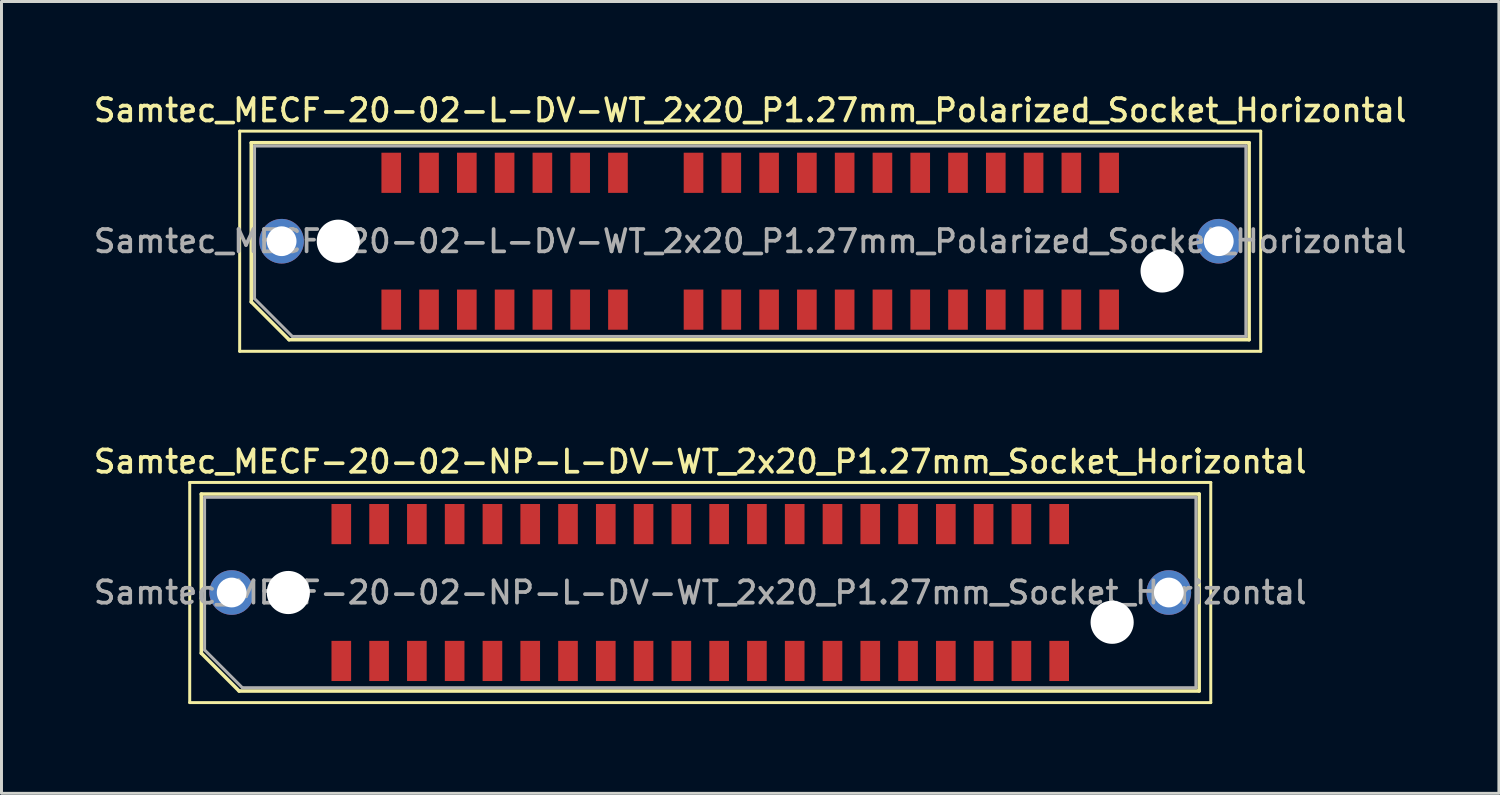
<source format=kicad_pcb>
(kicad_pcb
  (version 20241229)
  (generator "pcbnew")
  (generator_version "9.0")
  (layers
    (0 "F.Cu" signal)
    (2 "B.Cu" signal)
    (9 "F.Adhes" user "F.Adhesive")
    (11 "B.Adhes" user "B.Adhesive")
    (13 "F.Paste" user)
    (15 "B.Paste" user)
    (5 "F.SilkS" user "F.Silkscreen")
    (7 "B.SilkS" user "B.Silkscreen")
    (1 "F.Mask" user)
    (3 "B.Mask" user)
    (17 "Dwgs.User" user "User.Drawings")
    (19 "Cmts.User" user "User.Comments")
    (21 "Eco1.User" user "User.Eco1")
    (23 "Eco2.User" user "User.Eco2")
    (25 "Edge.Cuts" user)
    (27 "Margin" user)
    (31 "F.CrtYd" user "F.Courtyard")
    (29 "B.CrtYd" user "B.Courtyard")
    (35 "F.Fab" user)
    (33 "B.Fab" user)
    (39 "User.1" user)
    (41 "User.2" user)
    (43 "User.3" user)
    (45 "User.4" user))
  (footprint "Samtec_MECF-20-02-NP-L-DV-WT_2x20_P1.27mm_Socket_Horizontal"
    (layer "F.Cu")
    (at 20.487 16.866)
    (property "Reference" "Samtec_MECF-20-02-NP-L-DV-WT_2x20_P1.27mm_Socket_Horizontal" (at 0 -4.4 0) (layer "F.SilkS") (effects (font (size 0.75 0.75) (thickness 0.125))))
    (attr smd)
    (fp_line (start -17.16 -3.7) (end -17.16 3.7) (stroke (width 0.1) (type solid)) (layer "F.SilkS"))
    (fp_line (start -17.16 3.7) (end 17.16 3.7) (stroke (width 0.1) (type solid)) (layer "F.SilkS"))
    (fp_line (start -16.77 -3.31) (end 16.77 -3.31) (stroke (width 0.12) (type solid)) (layer "F.SilkS"))
    (fp_line (start -16.77 2.04) (end -16.77 -3.31) (stroke (width 0.12) (type solid)) (layer "F.SilkS"))
    (fp_line (start -15.5 3.31) (end -16.77 2.04) (stroke (width 0.12) (type solid)) (layer "F.SilkS"))
    (fp_line (start -15.5 3.31) (end 16.77 3.31) (stroke (width 0.12) (type solid)) (layer "F.SilkS"))
    (fp_line (start 16.77 3.31) (end 16.77 -3.31) (stroke (width 0.12) (type solid)) (layer "F.SilkS"))
    (fp_line (start 17.16 -3.7) (end -17.16 -3.7) (stroke (width 0.1) (type solid)) (layer "F.SilkS"))
    (fp_line (start 17.16 3.7) (end 17.16 -3.7) (stroke (width 0.1) (type solid)) (layer "F.SilkS"))
    (fp_line (start -16.66 -3.2) (end 16.66 -3.2) (stroke (width 0.1) (type solid)) (layer "F.Fab"))
    (fp_line (start -16.66 1.93) (end -16.66 -3.2) (stroke (width 0.1) (type solid)) (layer "F.Fab"))
    (fp_line (start -16.66 1.93) (end -15.39 3.2) (stroke (width 0.1) (type solid)) (layer "F.Fab"))
    (fp_line (start -15.39 3.2) (end 16.66 3.2) (stroke (width 0.1) (type solid)) (layer "F.Fab"))
    (fp_line (start 16.66 3.2) (end 16.66 -3.2) (stroke (width 0.1) (type solid)) (layer "F.Fab"))
    (fp_text user "${REFERENCE}" (at 0 0 0) (layer "F.Fab") (effects (font (size 0.75 0.75) (thickness 0.125))))
    (pad "" thru_hole circle (at -15.75 0) (size 1.5 1.5) (drill 1) (layers "*.Cu" "*.Mask"))
    (pad "" np_thru_hole circle (at -13.845 0) (size 1.45 1.45) (drill 1.45) (layers "*.Cu" "*.Mask"))
    (pad "" np_thru_hole circle (at 13.845 1) (size 1.45 1.45) (drill 1.45) (layers "*.Cu" "*.Mask"))
    (pad "" thru_hole circle (at 15.75 0) (size 1.5 1.5) (drill 1) (layers "*.Cu" "*.Mask"))
    (pad "1" smd rect (at -12.065 2.3) (size 0.66 1.35) (layers "F.Cu" "F.Mask" "F.Paste"))
    (pad "2" smd rect (at -12.065 -2.3) (size 0.66 1.35) (layers "F.Cu" "F.Mask" "F.Paste"))
    (pad "3" smd rect (at -10.795 2.3) (size 0.66 1.35) (layers "F.Cu" "F.Mask" "F.Paste"))
    (pad "4" smd rect (at -10.795 -2.3) (size 0.66 1.35) (layers "F.Cu" "F.Mask" "F.Paste"))
    (pad "5" smd rect (at -9.525 2.3) (size 0.66 1.35) (layers "F.Cu" "F.Mask" "F.Paste"))
    (pad "6" smd rect (at -9.525 -2.3) (size 0.66 1.35) (layers "F.Cu" "F.Mask" "F.Paste"))
    (pad "7" smd rect (at -8.255 2.3) (size 0.66 1.35) (layers "F.Cu" "F.Mask" "F.Paste"))
    (pad "8" smd rect (at -8.255 -2.3) (size 0.66 1.35) (layers "F.Cu" "F.Mask" "F.Paste"))
    (pad "9" smd rect (at -6.985 2.3) (size 0.66 1.35) (layers "F.Cu" "F.Mask" "F.Paste"))
    (pad "10" smd rect (at -6.985 -2.3) (size 0.66 1.35) (layers "F.Cu" "F.Mask" "F.Paste"))
    (pad "11" smd rect (at -5.715 2.3) (size 0.66 1.35) (layers "F.Cu" "F.Mask" "F.Paste"))
    (pad "12" smd rect (at -5.715 -2.3) (size 0.66 1.35) (layers "F.Cu" "F.Mask" "F.Paste"))
    (pad "13" smd rect (at -4.445 2.3) (size 0.66 1.35) (layers "F.Cu" "F.Mask" "F.Paste"))
    (pad "14" smd rect (at -4.445 -2.3) (size 0.66 1.35) (layers "F.Cu" "F.Mask" "F.Paste"))
    (pad "15" smd rect (at -3.175 2.3) (size 0.66 1.35) (layers "F.Cu" "F.Mask" "F.Paste"))
    (pad "16" smd rect (at -3.175 -2.3) (size 0.66 1.35) (layers "F.Cu" "F.Mask" "F.Paste"))
    (pad "17" smd rect (at -1.905 2.3) (size 0.66 1.35) (layers "F.Cu" "F.Mask" "F.Paste"))
    (pad "18" smd rect (at -1.905 -2.3) (size 0.66 1.35) (layers "F.Cu" "F.Mask" "F.Paste"))
    (pad "19" smd rect (at -0.635 2.3) (size 0.66 1.35) (layers "F.Cu" "F.Mask" "F.Paste"))
    (pad "20" smd rect (at -0.635 -2.3) (size 0.66 1.35) (layers "F.Cu" "F.Mask" "F.Paste"))
    (pad "21" smd rect (at 0.635 2.3) (size 0.66 1.35) (layers "F.Cu" "F.Mask" "F.Paste"))
    (pad "22" smd rect (at 0.635 -2.3) (size 0.66 1.35) (layers "F.Cu" "F.Mask" "F.Paste"))
    (pad "23" smd rect (at 1.905 2.3) (size 0.66 1.35) (layers "F.Cu" "F.Mask" "F.Paste"))
    (pad "24" smd rect (at 1.905 -2.3) (size 0.66 1.35) (layers "F.Cu" "F.Mask" "F.Paste"))
    (pad "25" smd rect (at 3.175 2.3) (size 0.66 1.35) (layers "F.Cu" "F.Mask" "F.Paste"))
    (pad "26" smd rect (at 3.175 -2.3) (size 0.66 1.35) (layers "F.Cu" "F.Mask" "F.Paste"))
    (pad "27" smd rect (at 4.445 2.3) (size 0.66 1.35) (layers "F.Cu" "F.Mask" "F.Paste"))
    (pad "28" smd rect (at 4.445 -2.3) (size 0.66 1.35) (layers "F.Cu" "F.Mask" "F.Paste"))
    (pad "29" smd rect (at 5.715 2.3) (size 0.66 1.35) (layers "F.Cu" "F.Mask" "F.Paste"))
    (pad "30" smd rect (at 5.715 -2.3) (size 0.66 1.35) (layers "F.Cu" "F.Mask" "F.Paste"))
    (pad "31" smd rect (at 6.985 2.3) (size 0.66 1.35) (layers "F.Cu" "F.Mask" "F.Paste"))
    (pad "32" smd rect (at 6.985 -2.3) (size 0.66 1.35) (layers "F.Cu" "F.Mask" "F.Paste"))
    (pad "33" smd rect (at 8.255 2.3) (size 0.66 1.35) (layers "F.Cu" "F.Mask" "F.Paste"))
    (pad "34" smd rect (at 8.255 -2.3) (size 0.66 1.35) (layers "F.Cu" "F.Mask" "F.Paste"))
    (pad "35" smd rect (at 9.525 2.3) (size 0.66 1.35) (layers "F.Cu" "F.Mask" "F.Paste"))
    (pad "36" smd rect (at 9.525 -2.3) (size 0.66 1.35) (layers "F.Cu" "F.Mask" "F.Paste"))
    (pad "37" smd rect (at 10.795 2.3) (size 0.66 1.35) (layers "F.Cu" "F.Mask" "F.Paste"))
    (pad "38" smd rect (at 10.795 -2.3) (size 0.66 1.35) (layers "F.Cu" "F.Mask" "F.Paste"))
    (pad "39" smd rect (at 12.065 2.3) (size 0.66 1.35) (layers "F.Cu" "F.Mask" "F.Paste"))
    (pad "40" smd rect (at 12.065 -2.3) (size 0.66 1.35) (layers "F.Cu" "F.Mask" "F.Paste")))
  (footprint "Samtec_MECF-20-02-L-DV-WT_2x20_P1.27mm_Polarized_Socket_Horizontal"
    (layer "F.Cu")
    (at 22.166 5.058)
    (property "Reference" "Samtec_MECF-20-02-L-DV-WT_2x20_P1.27mm_Polarized_Socket_Horizontal" (at 0 -4.4 0) (layer "F.SilkS") (effects (font (size 0.75 0.75) (thickness 0.125))))
    (attr smd)
    (fp_line (start -17.16 -3.7) (end -17.16 3.7) (stroke (width 0.1) (type solid)) (layer "F.SilkS"))
    (fp_line (start -17.16 3.7) (end 17.16 3.7) (stroke (width 0.1) (type solid)) (layer "F.SilkS"))
    (fp_line (start -16.77 -3.31) (end 16.77 -3.31) (stroke (width 0.12) (type solid)) (layer "F.SilkS"))
    (fp_line (start -16.77 2.04) (end -16.77 -3.31) (stroke (width 0.12) (type solid)) (layer "F.SilkS"))
    (fp_line (start -15.5 3.31) (end -16.77 2.04) (stroke (width 0.12) (type solid)) (layer "F.SilkS"))
    (fp_line (start -15.5 3.31) (end 16.77 3.31) (stroke (width 0.12) (type solid)) (layer "F.SilkS"))
    (fp_line (start 16.77 3.31) (end 16.77 -3.31) (stroke (width 0.12) (type solid)) (layer "F.SilkS"))
    (fp_line (start 17.16 -3.7) (end -17.16 -3.7) (stroke (width 0.1) (type solid)) (layer "F.SilkS"))
    (fp_line (start 17.16 3.7) (end 17.16 -3.7) (stroke (width 0.1) (type solid)) (layer "F.SilkS"))
    (fp_line (start -16.66 -3.2) (end 16.66 -3.2) (stroke (width 0.1) (type solid)) (layer "F.Fab"))
    (fp_line (start -16.66 1.93) (end -16.66 -3.2) (stroke (width 0.1) (type solid)) (layer "F.Fab"))
    (fp_line (start -16.66 1.93) (end -15.39 3.2) (stroke (width 0.1) (type solid)) (layer "F.Fab"))
    (fp_line (start -15.39 3.2) (end 16.66 3.2) (stroke (width 0.1) (type solid)) (layer "F.Fab"))
    (fp_line (start 16.66 3.2) (end 16.66 -3.2) (stroke (width 0.1) (type solid)) (layer "F.Fab"))
    (fp_text user "${REFERENCE}" (at 0 0 0) (layer "F.Fab") (effects (font (size 0.75 0.75) (thickness 0.125))))
    (pad "" thru_hole circle (at -15.75 0) (size 1.5 1.5) (drill 1) (layers "*.Cu" "*.Mask"))
    (pad "" np_thru_hole circle (at -13.845 0) (size 1.45 1.45) (drill 1.45) (layers "*.Cu" "*.Mask"))
    (pad "" np_thru_hole circle (at 13.845 1) (size 1.45 1.45) (drill 1.45) (layers "*.Cu" "*.Mask"))
    (pad "" thru_hole circle (at 15.75 0) (size 1.5 1.5) (drill 1) (layers "*.Cu" "*.Mask"))
    (pad "1" smd rect (at -12.065 2.3) (size 0.66 1.35) (layers "F.Cu" "F.Mask" "F.Paste"))
    (pad "2" smd rect (at -12.065 -2.3) (size 0.66 1.35) (layers "F.Cu" "F.Mask" "F.Paste"))
    (pad "3" smd rect (at -10.795 2.3) (size 0.66 1.35) (layers "F.Cu" "F.Mask" "F.Paste"))
    (pad "4" smd rect (at -10.795 -2.3) (size 0.66 1.35) (layers "F.Cu" "F.Mask" "F.Paste"))
    (pad "5" smd rect (at -9.525 2.3) (size 0.66 1.35) (layers "F.Cu" "F.Mask" "F.Paste"))
    (pad "6" smd rect (at -9.525 -2.3) (size 0.66 1.35) (layers "F.Cu" "F.Mask" "F.Paste"))
    (pad "7" smd rect (at -8.255 2.3) (size 0.66 1.35) (layers "F.Cu" "F.Mask" "F.Paste"))
    (pad "8" smd rect (at -8.255 -2.3) (size 0.66 1.35) (layers "F.Cu" "F.Mask" "F.Paste"))
    (pad "9" smd rect (at -6.985 2.3) (size 0.66 1.35) (layers "F.Cu" "F.Mask" "F.Paste"))
    (pad "10" smd rect (at -6.985 -2.3) (size 0.66 1.35) (layers "F.Cu" "F.Mask" "F.Paste"))
    (pad "11" smd rect (at -5.715 2.3) (size 0.66 1.35) (layers "F.Cu" "F.Mask" "F.Paste"))
    (pad "12" smd rect (at -5.715 -2.3) (size 0.66 1.35) (layers "F.Cu" "F.Mask" "F.Paste"))
    (pad "13" smd rect (at -4.445 2.3) (size 0.66 1.35) (layers "F.Cu" "F.Mask" "F.Paste"))
    (pad "14" smd rect (at -4.445 -2.3) (size 0.66 1.35) (layers "F.Cu" "F.Mask" "F.Paste"))
    (pad "17" smd rect (at -1.905 2.3) (size 0.66 1.35) (layers "F.Cu" "F.Mask" "F.Paste"))
    (pad "18" smd rect (at -1.905 -2.3) (size 0.66 1.35) (layers "F.Cu" "F.Mask" "F.Paste"))
    (pad "19" smd rect (at -0.635 2.3) (size 0.66 1.35) (layers "F.Cu" "F.Mask" "F.Paste"))
    (pad "20" smd rect (at -0.635 -2.3) (size 0.66 1.35) (layers "F.Cu" "F.Mask" "F.Paste"))
    (pad "21" smd rect (at 0.635 2.3) (size 0.66 1.35) (layers "F.Cu" "F.Mask" "F.Paste"))
    (pad "22" smd rect (at 0.635 -2.3) (size 0.66 1.35) (layers "F.Cu" "F.Mask" "F.Paste"))
    (pad "23" smd rect (at 1.905 2.3) (size 0.66 1.35) (layers "F.Cu" "F.Mask" "F.Paste"))
    (pad "24" smd rect (at 1.905 -2.3) (size 0.66 1.35) (layers "F.Cu" "F.Mask" "F.Paste"))
    (pad "25" smd rect (at 3.175 2.3) (size 0.66 1.35) (layers "F.Cu" "F.Mask" "F.Paste"))
    (pad "26" smd rect (at 3.175 -2.3) (size 0.66 1.35) (layers "F.Cu" "F.Mask" "F.Paste"))
    (pad "27" smd rect (at 4.445 2.3) (size 0.66 1.35) (layers "F.Cu" "F.Mask" "F.Paste"))
    (pad "28" smd rect (at 4.445 -2.3) (size 0.66 1.35) (layers "F.Cu" "F.Mask" "F.Paste"))
    (pad "29" smd rect (at 5.715 2.3) (size 0.66 1.35) (layers "F.Cu" "F.Mask" "F.Paste"))
    (pad "30" smd rect (at 5.715 -2.3) (size 0.66 1.35) (layers "F.Cu" "F.Mask" "F.Paste"))
    (pad "31" smd rect (at 6.985 2.3) (size 0.66 1.35) (layers "F.Cu" "F.Mask" "F.Paste"))
    (pad "32" smd rect (at 6.985 -2.3) (size 0.66 1.35) (layers "F.Cu" "F.Mask" "F.Paste"))
    (pad "33" smd rect (at 8.255 2.3) (size 0.66 1.35) (layers "F.Cu" "F.Mask" "F.Paste"))
    (pad "34" smd rect (at 8.255 -2.3) (size 0.66 1.35) (layers "F.Cu" "F.Mask" "F.Paste"))
    (pad "35" smd rect (at 9.525 2.3) (size 0.66 1.35) (layers "F.Cu" "F.Mask" "F.Paste"))
    (pad "36" smd rect (at 9.525 -2.3) (size 0.66 1.35) (layers "F.Cu" "F.Mask" "F.Paste"))
    (pad "37" smd rect (at 10.795 2.3) (size 0.66 1.35) (layers "F.Cu" "F.Mask" "F.Paste"))
    (pad "38" smd rect (at 10.795 -2.3) (size 0.66 1.35) (layers "F.Cu" "F.Mask" "F.Paste"))
    (pad "39" smd rect (at 12.065 2.3) (size 0.66 1.35) (layers "F.Cu" "F.Mask" "F.Paste"))
    (pad "40" smd rect (at 12.065 -2.3) (size 0.66 1.35) (layers "F.Cu" "F.Mask" "F.Paste")))
  (gr_rect
    (start -3 -3)
    (end 47.332 23.616)
    (stroke (width 0.1) (type default))
    (fill no)
    (layer "Edge.Cuts")))
</source>
